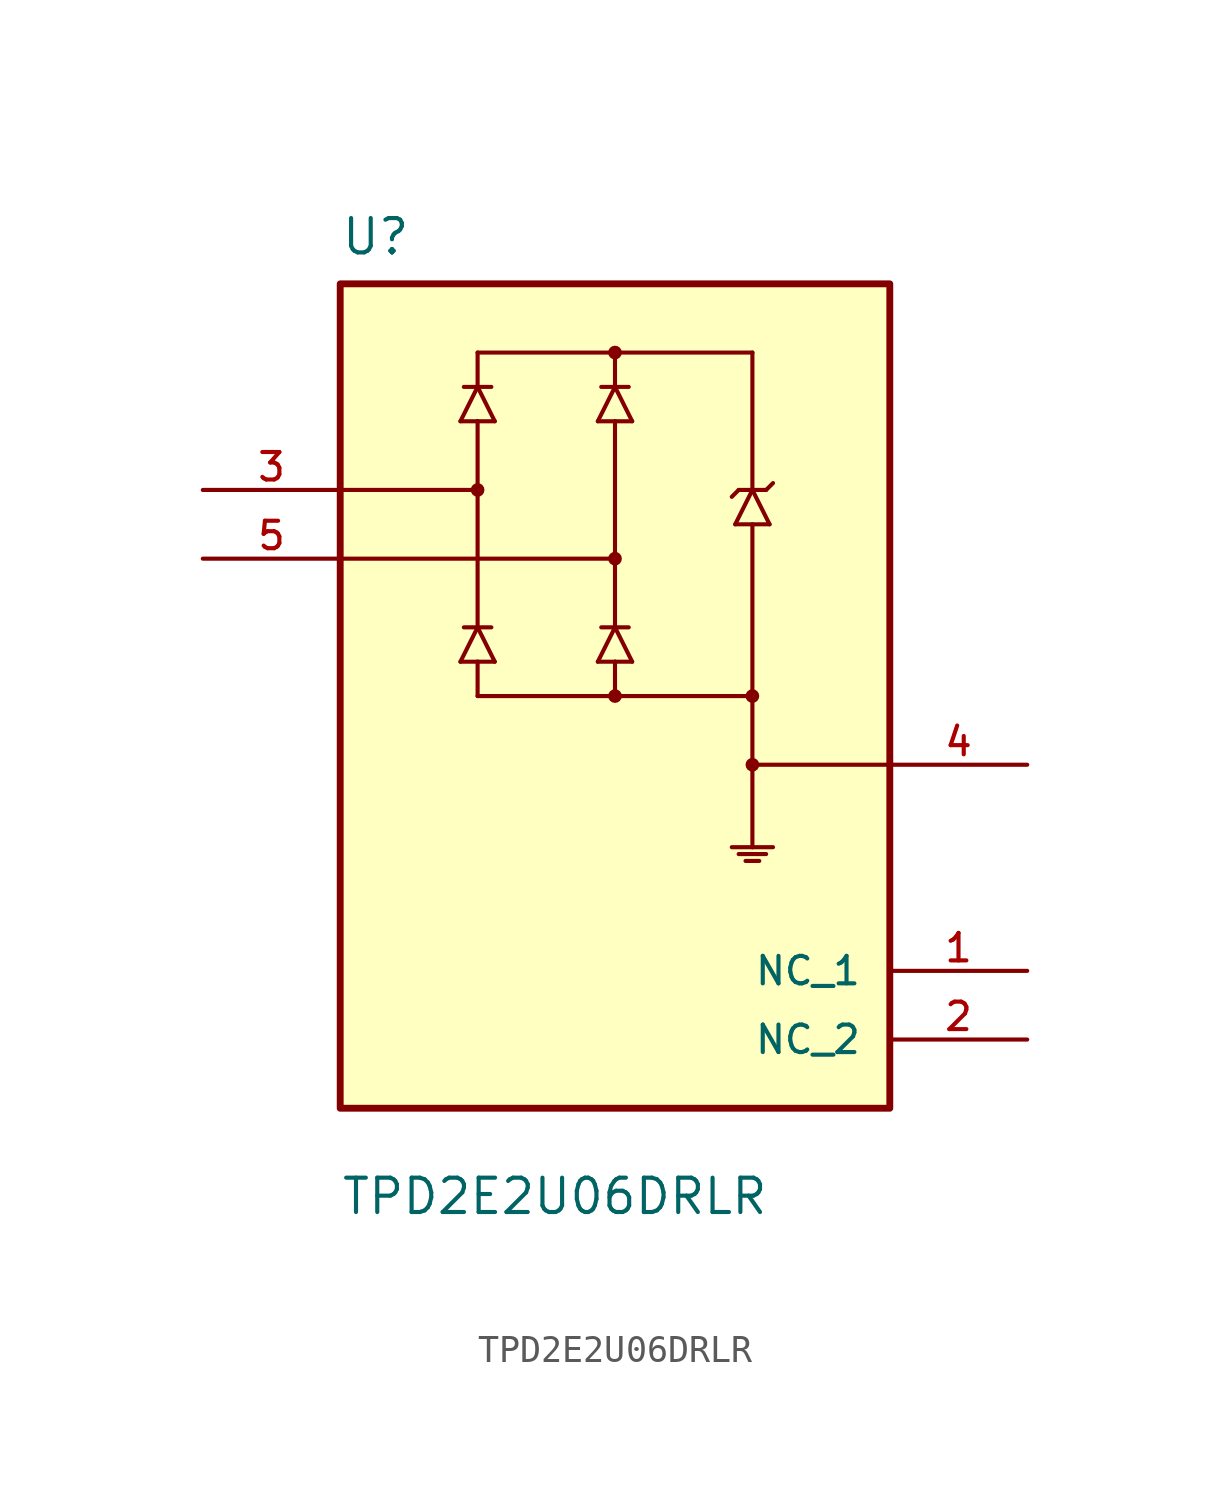
<source format=kicad_sym>
(kicad_symbol_lib
  (version 20211014)
  (generator kicad_symbol_editor)
  (symbol "TPD2E2U06DRLR"
    (pin_names
      (offset 1.016))
    (property "Reference" "U"
      (at -10.16 16.24 0.0)
      (effects (font (size 1.27 1.27)) (justify bottom left)))
    (property "Value" "TPD2E2U06DRLR"
      (at -10.16 -19.24 0.0)
      (effects (font (size 1.27 1.27)) (justify bottom left)))
    (symbol "TPD2E2U06DRLR_0_0"
      (polyline (pts (xy 0.508 11.43) (xy 0.0 11.43)) (stroke (width 0.152)))
      (polyline (pts (xy 0.0 11.43) (xy -0.508 11.43)) (stroke (width 0.152)))
      (polyline (pts (xy 0.635 10.16) (xy 0.0 11.43)) (stroke (width 0.152)))
      (polyline (pts (xy 0.0 11.43) (xy -0.635 10.16)) (stroke (width 0.152)))
      (polyline (pts (xy -0.635 10.16) (xy 0.0 10.16)) (stroke (width 0.152)))
      (polyline (pts (xy 0.0 10.16) (xy 0.635 10.16)) (stroke (width 0.152)))
      (polyline (pts (xy -4.572 11.43) (xy -5.08 11.43)) (stroke (width 0.152)))
      (polyline (pts (xy -5.08 11.43) (xy -5.588 11.43)) (stroke (width 0.152)))
      (polyline (pts (xy -4.445 10.16) (xy -5.08 11.43)) (stroke (width 0.152)))
      (polyline (pts (xy -5.08 11.43) (xy -5.715 10.16)) (stroke (width 0.152)))
      (polyline (pts (xy -5.715 10.16) (xy -5.08 10.16)) (stroke (width 0.152)))
      (polyline (pts (xy -5.08 10.16) (xy -4.445 10.16)) (stroke (width 0.152)))
      (polyline (pts (xy 5.715 6.35) (xy 5.08 7.62)) (stroke (width 0.152)))
      (polyline (pts (xy 5.08 7.62) (xy 4.445 6.35)) (stroke (width 0.152)))
      (polyline (pts (xy 4.572 7.62) (xy 5.08 7.62)) (stroke (width 0.152)))
      (polyline (pts (xy 4.445 6.35) (xy 5.715 6.35)) (stroke (width 0.152)))
      (polyline (pts (xy 5.08 7.62) (xy 5.588 7.62)) (stroke (width 0.152)))
      (polyline (pts (xy 4.572 7.62) (xy 4.318 7.366)) (stroke (width 0.152)))
      (polyline (pts (xy 5.588 7.62) (xy 5.842 7.874)) (stroke (width 0.152)))
      (polyline (pts (xy 5.08 6.35) (xy 5.08 0.0)) (stroke (width 0.152)))
      (polyline (pts (xy 5.08 0.0) (xy 5.08 -2.54)) (stroke (width 0.152)))
      (polyline (pts (xy 5.08 -2.54) (xy 5.08 -5.588)) (stroke (width 0.152)))
      (polyline (pts (xy 5.08 -5.588) (xy 4.318 -5.588)) (stroke (width 0.152)))
      (polyline (pts (xy 5.08 -5.588) (xy 5.842 -5.588)) (stroke (width 0.152)))
      (polyline (pts (xy 4.572 -5.842) (xy 5.588 -5.842)) (stroke (width 0.152)))
      (polyline (pts (xy 4.826 -6.096) (xy 5.334 -6.096)) (stroke (width 0.152)))
      (polyline (pts (xy 0.508 2.54) (xy 0.0 2.54)) (stroke (width 0.152)))
      (polyline (pts (xy 0.0 2.54) (xy -0.508 2.54)) (stroke (width 0.152)))
      (polyline (pts (xy 0.635 1.27) (xy 0.0 2.54)) (stroke (width 0.152)))
      (polyline (pts (xy 0.0 2.54) (xy -0.635 1.27)) (stroke (width 0.152)))
      (polyline (pts (xy -0.635 1.27) (xy 0.0 1.27)) (stroke (width 0.152)))
      (polyline (pts (xy 0.0 1.27) (xy 0.635 1.27)) (stroke (width 0.152)))
      (polyline (pts (xy -4.572 2.54) (xy -5.08 2.54)) (stroke (width 0.152)))
      (polyline (pts (xy -5.08 2.54) (xy -5.588 2.54)) (stroke (width 0.152)))
      (polyline (pts (xy -4.445 1.27) (xy -5.08 2.54)) (stroke (width 0.152)))
      (polyline (pts (xy -5.08 2.54) (xy -5.715 1.27)) (stroke (width 0.152)))
      (polyline (pts (xy -5.715 1.27) (xy -5.08 1.27)) (stroke (width 0.152)))
      (polyline (pts (xy -5.08 1.27) (xy -4.445 1.27)) (stroke (width 0.152)))
      (polyline (pts (xy -5.08 11.43) (xy -5.08 12.7)) (stroke (width 0.152)))
      (polyline (pts (xy -5.08 12.7) (xy 0.0 12.7)) (stroke (width 0.152)))
      (polyline (pts (xy 0.0 12.7) (xy 5.08 12.7)) (stroke (width 0.152)))
      (polyline (pts (xy 0.0 11.43) (xy 0.0 12.7)) (stroke (width 0.152)))
      (polyline (pts (xy 0.0 10.16) (xy 0.0 5.08)) (stroke (width 0.152)))
      (polyline (pts (xy 0.0 5.08) (xy 0.0 2.54)) (stroke (width 0.152)))
      (polyline (pts (xy -5.08 10.16) (xy -5.08 7.62)) (stroke (width 0.152)))
      (polyline (pts (xy -5.08 7.62) (xy -5.08 2.54)) (stroke (width 0.152)))
      (polyline (pts (xy -5.08 1.27) (xy -5.08 0.0)) (stroke (width 0.152)))
      (polyline (pts (xy -5.08 0.0) (xy 0.0 0.0)) (stroke (width 0.152)))
      (polyline (pts (xy 0.0 1.27) (xy 0.0 0.0)) (stroke (width 0.152)))
      (polyline (pts (xy 5.08 7.62) (xy 5.08 12.7)) (stroke (width 0.152)))
      (polyline (pts (xy 0.0 5.08) (xy -10.16 5.08)) (stroke (width 0.152)))
      (polyline (pts (xy -5.08 7.62) (xy -10.16 7.62)) (stroke (width 0.152)))
      (polyline (pts (xy 5.08 -2.54) (xy 10.16 -2.54)) (stroke (width 0.152)))
      (circle (center 0.0 12.7) (radius 0.127) (stroke (width 0.254)) (fill (type none)))
      (circle (center 0.0 5.08) (radius 0.127) (stroke (width 0.254)) (fill (type none)))
      (circle (center -5.08 7.62) (radius 0.127) (stroke (width 0.254)) (fill (type none)))
      (circle (center 5.08 0.0) (radius 0.127) (stroke (width 0.254)) (fill (type none)))
      (circle (center 0.0 0.0) (radius 0.127) (stroke (width 0.254)) (fill (type none)))
      (circle (center 5.08 -2.54) (radius 0.127) (stroke (width 0.254)) (fill (type none)))
      (polyline (pts (xy 0.0 0.0) (xy 5.08 0.0)) (stroke (width 0.152)))
      (rectangle (start -10.16 -15.24) (end 10.16 15.24) (stroke (width 0.254)) (fill (type background)))
      (pin bidirectional line (at -15.24 7.62 0) (length 5.08) (name "~" (effects (font (size 1.016 1.016)))) (number "3" (effects (font (size 1.016 1.016)))))
      (pin bidirectional line (at -15.24 5.08 0) (length 5.08) (name "~" (effects (font (size 1.016 1.016)))) (number "5" (effects (font (size 1.016 1.016)))))
      (pin power_in line (at 15.24 -2.54 180.0) (length 5.08) (name "~" (effects (font (size 1.016 1.016)))) (number "4" (effects (font (size 1.016 1.016)))))
      (pin passive line (at 15.24 -10.16 180.0) (length 5.08) (name "NC_1" (effects (font (size 1.016 1.016)))) (number "1" (effects (font (size 1.016 1.016)))))
      (pin passive line (at 15.24 -12.7 180.0) (length 5.08) (name "NC_2" (effects (font (size 1.016 1.016)))) (number "2" (effects (font (size 1.016 1.016))))))))
</source>
